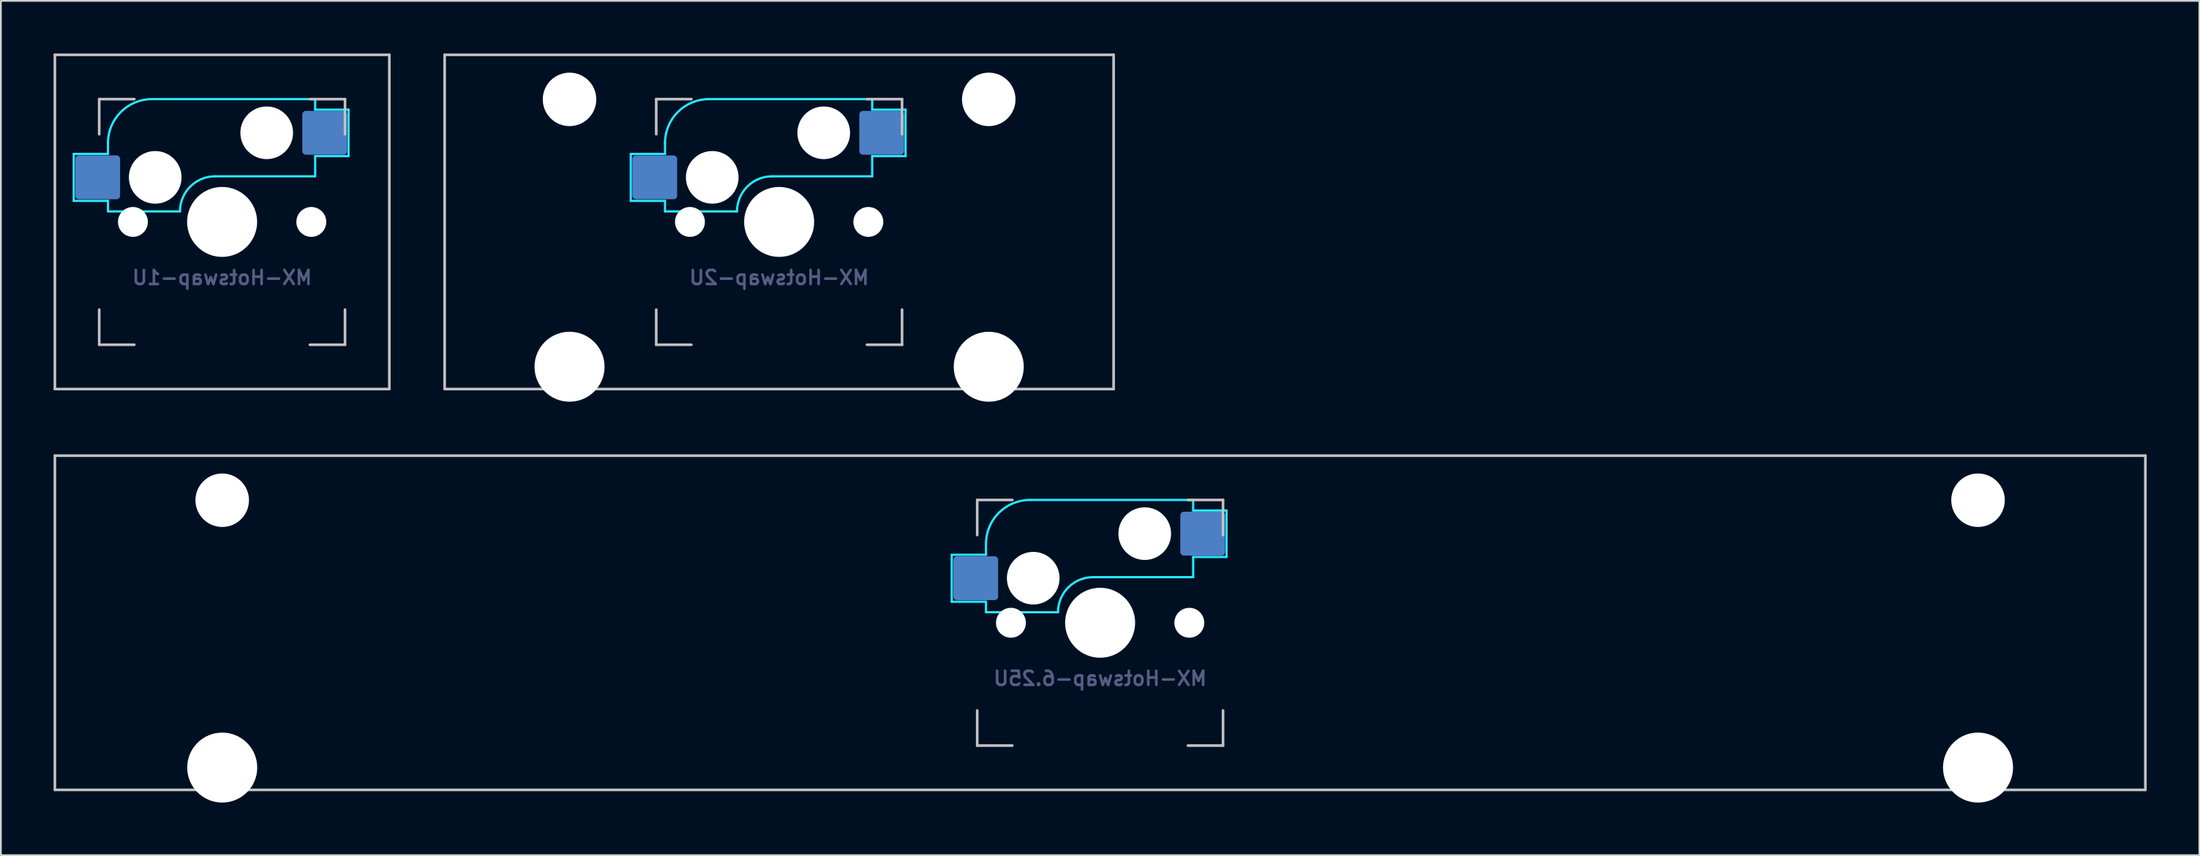
<source format=kicad_pcb>
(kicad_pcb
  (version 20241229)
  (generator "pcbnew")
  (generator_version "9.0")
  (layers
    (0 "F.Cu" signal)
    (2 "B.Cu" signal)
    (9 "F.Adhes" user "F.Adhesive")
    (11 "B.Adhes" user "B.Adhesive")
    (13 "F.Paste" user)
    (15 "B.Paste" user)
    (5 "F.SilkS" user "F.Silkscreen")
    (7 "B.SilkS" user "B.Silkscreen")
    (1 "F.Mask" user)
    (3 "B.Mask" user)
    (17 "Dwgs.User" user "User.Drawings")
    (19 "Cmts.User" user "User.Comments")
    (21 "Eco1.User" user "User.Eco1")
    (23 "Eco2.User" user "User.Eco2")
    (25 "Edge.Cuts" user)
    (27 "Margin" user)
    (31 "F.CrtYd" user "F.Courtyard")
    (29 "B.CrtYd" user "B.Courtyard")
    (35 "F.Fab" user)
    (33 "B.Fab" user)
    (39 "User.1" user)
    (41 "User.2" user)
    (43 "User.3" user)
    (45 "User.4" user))
  (footprint "MX-Hotswap-6.25U"
    (layer "F.Cu")
    (at 59.606 32.449)
    (property "Reference" "MX-Hotswap-6.25U" (at 0 3.175 0) (layer "B.Fab") (effects (font (size 0.8 0.8) (thickness 0.15)) (justify mirror)))
    (attr smd)
    (fp_line (start -59.531 9.525) (end -59.531 -9.525) (stroke (width 0.15) (type solid)) (layer "Dwgs.User"))
    (fp_line (start -7 -7) (end -7 -5) (stroke (width 0.15) (type solid)) (layer "Dwgs.User"))
    (fp_line (start -7 5) (end -7 7) (stroke (width 0.15) (type solid)) (layer "Dwgs.User"))
    (fp_line (start -7 7) (end -5 7) (stroke (width 0.15) (type solid)) (layer "Dwgs.User"))
    (fp_line (start -5 -7) (end -7 -7) (stroke (width 0.15) (type solid)) (layer "Dwgs.User"))
    (fp_line (start 5 -7) (end 7 -7) (stroke (width 0.15) (type solid)) (layer "Dwgs.User"))
    (fp_line (start 5 7) (end 7 7) (stroke (width 0.15) (type solid)) (layer "Dwgs.User"))
    (fp_line (start 7 -7) (end 7 -5) (stroke (width 0.15) (type solid)) (layer "Dwgs.User"))
    (fp_line (start 7 7) (end 7 5) (stroke (width 0.15) (type solid)) (layer "Dwgs.User"))
    (fp_line (start 59.531 -9.525) (end -59.531 -9.525) (stroke (width 0.15) (type solid)) (layer "Dwgs.User"))
    (fp_line (start 59.531 9.525) (end -59.531 9.525) (stroke (width 0.15) (type solid)) (layer "Dwgs.User"))
    (fp_line (start 59.531 9.525) (end 59.531 -9.525) (stroke (width 0.15) (type solid)) (layer "Dwgs.User"))
    (fp_line (start -8.45 -3.875) (end -8.45 -1.2) (stroke (width 0.127) (type solid)) (layer "B.CrtYd"))
    (fp_line (start -8.45 -1.2) (end -6.5 -1.2) (stroke (width 0.127) (type solid)) (layer "B.CrtYd"))
    (fp_line (start -6.5 -4.5) (end -6.5 -3.875) (stroke (width 0.127) (type solid)) (layer "B.CrtYd"))
    (fp_line (start -6.5 -3.875) (end -8.45 -3.875) (stroke (width 0.127) (type solid)) (layer "B.CrtYd"))
    (fp_line (start -6.5 -0.6) (end -6.5 -1.2) (stroke (width 0.127) (type solid)) (layer "B.CrtYd"))
    (fp_line (start -6.5 -0.6) (end -2.4 -0.6) (stroke (width 0.127) (type solid)) (layer "B.CrtYd"))
    (fp_line (start -0.4 -2.6) (end 5.3 -2.6) (stroke (width 0.127) (type solid)) (layer "B.CrtYd"))
    (fp_line (start 5.3 -7) (end -4 -7) (stroke (width 0.127) (type solid)) (layer "B.CrtYd"))
    (fp_line (start 5.3 -7) (end 5.3 -6.4) (stroke (width 0.127) (type solid)) (layer "B.CrtYd"))
    (fp_line (start 5.3 -6.4) (end 7.2 -6.4) (stroke (width 0.127) (type solid)) (layer "B.CrtYd"))
    (fp_line (start 5.3 -2.6) (end 5.3 -3.75) (stroke (width 0.127) (type solid)) (layer "B.CrtYd"))
    (fp_line (start 7.2 -6.4) (end 7.2 -3.75) (stroke (width 0.127) (type solid)) (layer "B.CrtYd"))
    (fp_line (start 7.2 -3.75) (end 5.3 -3.75) (stroke (width 0.127) (type solid)) (layer "B.CrtYd"))
    (fp_arc (start -6.5 -4.5) (mid -5.767767 -6.267767) (end -4 -7) (stroke (width 0.127) (type solid)) (layer "B.CrtYd"))
    (fp_arc (start -2.4 -0.6) (mid -1.814214 -2.014214) (end -0.4 -2.6) (stroke (width 0.127) (type solid)) (layer "B.CrtYd"))
    (pad "" np_thru_hole circle (at -50 -6.985) (size 3.048 3.048) (drill 3.048) (layers "*.Cu" "*.Mask"))
    (pad "" np_thru_hole circle (at -50 8.255) (size 3.988 3.988) (drill 3.988) (layers "*.Cu" "*.Mask"))
    (pad "" np_thru_hole circle (at -5.08 0 48.099) (size 1.702 1.702) (drill 1.702) (layers "*.Cu" "*.Mask"))
    (pad "" np_thru_hole circle (at -3.81 -2.54) (size 3 3) (drill 3) (layers "*.Cu" "*.Mask"))
    (pad "" np_thru_hole circle (at 0 0) (size 3.988 3.988) (drill 3.988) (layers "*.Cu" "*.Mask"))
    (pad "" np_thru_hole circle (at 2.54 -5.08) (size 3 3) (drill 3) (layers "*.Cu" "*.Mask"))
    (pad "" np_thru_hole circle (at 5.08 0 48.099) (size 1.702 1.702) (drill 1.702) (layers "*.Cu" "*.Mask"))
    (pad "" np_thru_hole circle (at 50 -6.985) (size 3.048 3.048) (drill 3.048) (layers "*.Cu" "*.Mask"))
    (pad "" np_thru_hole circle (at 50 8.255) (size 3.988 3.988) (drill 3.988) (layers "*.Cu" "*.Mask"))
    (pad "1" smd roundrect (at -7.085 -2.54) (size 2.55 2.5) (layers "B.Cu" "B.Mask" "B.Paste") (roundrect_rratio 0.08))
    (pad "2" smd roundrect (at 5.842 -5.08) (size 2.55 2.5) (layers "B.Cu" "B.Mask" "B.Paste") (roundrect_rratio 0.08)))
  (footprint "MX-Hotswap-1U"
    (layer "F.Cu")
    (at 9.6 9.6)
    (property "Reference" "MX-Hotswap-1U" (at 0 3.175 0) (layer "B.Fab") (effects (font (size 0.8 0.8) (thickness 0.15)) (justify mirror)))
    (attr smd)
    (fp_line (start -9.525 9.525) (end -9.525 -9.525) (stroke (width 0.15) (type solid)) (layer "Dwgs.User"))
    (fp_line (start -7 -7) (end -7 -5) (stroke (width 0.15) (type solid)) (layer "Dwgs.User"))
    (fp_line (start -7 5) (end -7 7) (stroke (width 0.15) (type solid)) (layer "Dwgs.User"))
    (fp_line (start -7 7) (end -5 7) (stroke (width 0.15) (type solid)) (layer "Dwgs.User"))
    (fp_line (start -5 -7) (end -7 -7) (stroke (width 0.15) (type solid)) (layer "Dwgs.User"))
    (fp_line (start 5 -7) (end 7 -7) (stroke (width 0.15) (type solid)) (layer "Dwgs.User"))
    (fp_line (start 5 7) (end 7 7) (stroke (width 0.15) (type solid)) (layer "Dwgs.User"))
    (fp_line (start 7 -7) (end 7 -5) (stroke (width 0.15) (type solid)) (layer "Dwgs.User"))
    (fp_line (start 7 7) (end 7 5) (stroke (width 0.15) (type solid)) (layer "Dwgs.User"))
    (fp_line (start 9.525 -9.525) (end -9.525 -9.525) (stroke (width 0.15) (type solid)) (layer "Dwgs.User"))
    (fp_line (start 9.525 9.525) (end -9.525 9.525) (stroke (width 0.15) (type solid)) (layer "Dwgs.User"))
    (fp_line (start 9.525 9.525) (end 9.525 -9.525) (stroke (width 0.15) (type solid)) (layer "Dwgs.User"))
    (fp_line (start -8.45 -3.875) (end -8.45 -1.2) (stroke (width 0.127) (type solid)) (layer "B.CrtYd"))
    (fp_line (start -8.45 -1.2) (end -6.5 -1.2) (stroke (width 0.127) (type solid)) (layer "B.CrtYd"))
    (fp_line (start -6.5 -4.5) (end -6.5 -3.875) (stroke (width 0.127) (type solid)) (layer "B.CrtYd"))
    (fp_line (start -6.5 -3.875) (end -8.45 -3.875) (stroke (width 0.127) (type solid)) (layer "B.CrtYd"))
    (fp_line (start -6.5 -0.6) (end -6.5 -1.2) (stroke (width 0.127) (type solid)) (layer "B.CrtYd"))
    (fp_line (start -6.5 -0.6) (end -2.4 -0.6) (stroke (width 0.127) (type solid)) (layer "B.CrtYd"))
    (fp_line (start -0.4 -2.6) (end 5.3 -2.6) (stroke (width 0.127) (type solid)) (layer "B.CrtYd"))
    (fp_line (start 5.3 -7) (end -4 -7) (stroke (width 0.127) (type solid)) (layer "B.CrtYd"))
    (fp_line (start 5.3 -7) (end 5.3 -6.4) (stroke (width 0.127) (type solid)) (layer "B.CrtYd"))
    (fp_line (start 5.3 -6.4) (end 7.2 -6.4) (stroke (width 0.127) (type solid)) (layer "B.CrtYd"))
    (fp_line (start 5.3 -2.6) (end 5.3 -3.75) (stroke (width 0.127) (type solid)) (layer "B.CrtYd"))
    (fp_line (start 7.2 -6.4) (end 7.2 -3.75) (stroke (width 0.127) (type solid)) (layer "B.CrtYd"))
    (fp_line (start 7.2 -3.75) (end 5.3 -3.75) (stroke (width 0.127) (type solid)) (layer "B.CrtYd"))
    (fp_arc (start -6.5 -4.5) (mid -5.767767 -6.267767) (end -4 -7) (stroke (width 0.127) (type solid)) (layer "B.CrtYd"))
    (fp_arc (start -2.4 -0.6) (mid -1.814214 -2.014214) (end -0.4 -2.6) (stroke (width 0.127) (type solid)) (layer "B.CrtYd"))
    (pad "" np_thru_hole circle (at -5.08 0 48.099) (size 1.702 1.702) (drill 1.702) (layers "*.Cu" "*.Mask"))
    (pad "" np_thru_hole circle (at -3.81 -2.54) (size 3 3) (drill 3) (layers "*.Cu" "*.Mask"))
    (pad "" np_thru_hole circle (at 0 0) (size 3.988 3.988) (drill 3.988) (layers "*.Cu" "*.Mask"))
    (pad "" np_thru_hole circle (at 2.54 -5.08) (size 3 3) (drill 3) (layers "*.Cu" "*.Mask"))
    (pad "" np_thru_hole circle (at 5.08 0 48.099) (size 1.702 1.702) (drill 1.702) (layers "*.Cu" "*.Mask"))
    (pad "1" smd roundrect (at -7.085 -2.54) (size 2.55 2.5) (layers "B.Cu" "B.Mask" "B.Paste") (roundrect_rratio 0.08))
    (pad "2" smd roundrect (at 5.842 -5.08) (size 2.55 2.5) (layers "B.Cu" "B.Mask" "B.Paste") (roundrect_rratio 0.08)))
  (footprint "MX-Hotswap-2U"
    (layer "F.Cu")
    (at 41.325 9.6)
    (property "Reference" "MX-Hotswap-2U" (at 0 3.175 0) (layer "B.Fab") (effects (font (size 0.8 0.8) (thickness 0.15)) (justify mirror)))
    (attr smd)
    (fp_line (start -19.05 9.525) (end -19.05 -9.525) (stroke (width 0.15) (type solid)) (layer "Dwgs.User"))
    (fp_line (start -7 -7) (end -7 -5) (stroke (width 0.15) (type solid)) (layer "Dwgs.User"))
    (fp_line (start -7 5) (end -7 7) (stroke (width 0.15) (type solid)) (layer "Dwgs.User"))
    (fp_line (start -7 7) (end -5 7) (stroke (width 0.15) (type solid)) (layer "Dwgs.User"))
    (fp_line (start -5 -7) (end -7 -7) (stroke (width 0.15) (type solid)) (layer "Dwgs.User"))
    (fp_line (start 5 -7) (end 7 -7) (stroke (width 0.15) (type solid)) (layer "Dwgs.User"))
    (fp_line (start 5 7) (end 7 7) (stroke (width 0.15) (type solid)) (layer "Dwgs.User"))
    (fp_line (start 7 -7) (end 7 -5) (stroke (width 0.15) (type solid)) (layer "Dwgs.User"))
    (fp_line (start 7 7) (end 7 5) (stroke (width 0.15) (type solid)) (layer "Dwgs.User"))
    (fp_line (start 19.05 -9.525) (end -19.05 -9.525) (stroke (width 0.15) (type solid)) (layer "Dwgs.User"))
    (fp_line (start 19.05 9.525) (end -19.05 9.525) (stroke (width 0.15) (type solid)) (layer "Dwgs.User"))
    (fp_line (start 19.05 9.525) (end 19.05 -9.525) (stroke (width 0.15) (type solid)) (layer "Dwgs.User"))
    (fp_line (start -8.45 -3.875) (end -8.45 -1.2) (stroke (width 0.127) (type solid)) (layer "B.CrtYd"))
    (fp_line (start -8.45 -1.2) (end -6.5 -1.2) (stroke (width 0.127) (type solid)) (layer "B.CrtYd"))
    (fp_line (start -6.5 -4.5) (end -6.5 -3.875) (stroke (width 0.127) (type solid)) (layer "B.CrtYd"))
    (fp_line (start -6.5 -3.875) (end -8.45 -3.875) (stroke (width 0.127) (type solid)) (layer "B.CrtYd"))
    (fp_line (start -6.5 -0.6) (end -6.5 -1.2) (stroke (width 0.127) (type solid)) (layer "B.CrtYd"))
    (fp_line (start -6.5 -0.6) (end -2.4 -0.6) (stroke (width 0.127) (type solid)) (layer "B.CrtYd"))
    (fp_line (start -0.4 -2.6) (end 5.3 -2.6) (stroke (width 0.127) (type solid)) (layer "B.CrtYd"))
    (fp_line (start 5.3 -7) (end -4 -7) (stroke (width 0.127) (type solid)) (layer "B.CrtYd"))
    (fp_line (start 5.3 -7) (end 5.3 -6.4) (stroke (width 0.127) (type solid)) (layer "B.CrtYd"))
    (fp_line (start 5.3 -6.4) (end 7.2 -6.4) (stroke (width 0.127) (type solid)) (layer "B.CrtYd"))
    (fp_line (start 5.3 -2.6) (end 5.3 -3.75) (stroke (width 0.127) (type solid)) (layer "B.CrtYd"))
    (fp_line (start 7.2 -6.4) (end 7.2 -3.75) (stroke (width 0.127) (type solid)) (layer "B.CrtYd"))
    (fp_line (start 7.2 -3.75) (end 5.3 -3.75) (stroke (width 0.127) (type solid)) (layer "B.CrtYd"))
    (fp_arc (start -6.5 -4.5) (mid -5.767767 -6.267767) (end -4 -7) (stroke (width 0.127) (type solid)) (layer "B.CrtYd"))
    (fp_arc (start -2.4 -0.6) (mid -1.814214 -2.014214) (end -0.4 -2.6) (stroke (width 0.127) (type solid)) (layer "B.CrtYd"))
    (pad "" np_thru_hole circle (at -11.938 -6.985) (size 3.048 3.048) (drill 3.048) (layers "*.Cu" "*.Mask"))
    (pad "" np_thru_hole circle (at -11.938 8.255) (size 3.988 3.988) (drill 3.988) (layers "*.Cu" "*.Mask"))
    (pad "" np_thru_hole circle (at -5.08 0 48.099) (size 1.702 1.702) (drill 1.702) (layers "*.Cu" "*.Mask"))
    (pad "" np_thru_hole circle (at -3.81 -2.54) (size 3 3) (drill 3) (layers "*.Cu" "*.Mask"))
    (pad "" np_thru_hole circle (at 0 0) (size 3.988 3.988) (drill 3.988) (layers "*.Cu" "*.Mask"))
    (pad "" np_thru_hole circle (at 2.54 -5.08) (size 3 3) (drill 3) (layers "*.Cu" "*.Mask"))
    (pad "" np_thru_hole circle (at 5.08 0 48.099) (size 1.702 1.702) (drill 1.702) (layers "*.Cu" "*.Mask"))
    (pad "" np_thru_hole circle (at 11.938 -6.985) (size 3.048 3.048) (drill 3.048) (layers "*.Cu" "*.Mask"))
    (pad "" np_thru_hole circle (at 11.938 8.255) (size 3.988 3.988) (drill 3.988) (layers "*.Cu" "*.Mask"))
    (pad "1" smd roundrect (at -7.085 -2.54) (size 2.55 2.5) (layers "B.Cu" "B.Mask" "B.Paste") (roundrect_rratio 0.08))
    (pad "2" smd roundrect (at 5.842 -5.08) (size 2.55 2.5) (layers "B.Cu" "B.Mask" "B.Paste") (roundrect_rratio 0.08)))
  (gr_rect
    (start -3 -3)
    (end 122.213 45.698)
    (stroke (width 0.1) (type default))
    (fill no)
    (layer "Edge.Cuts")))
</source>
